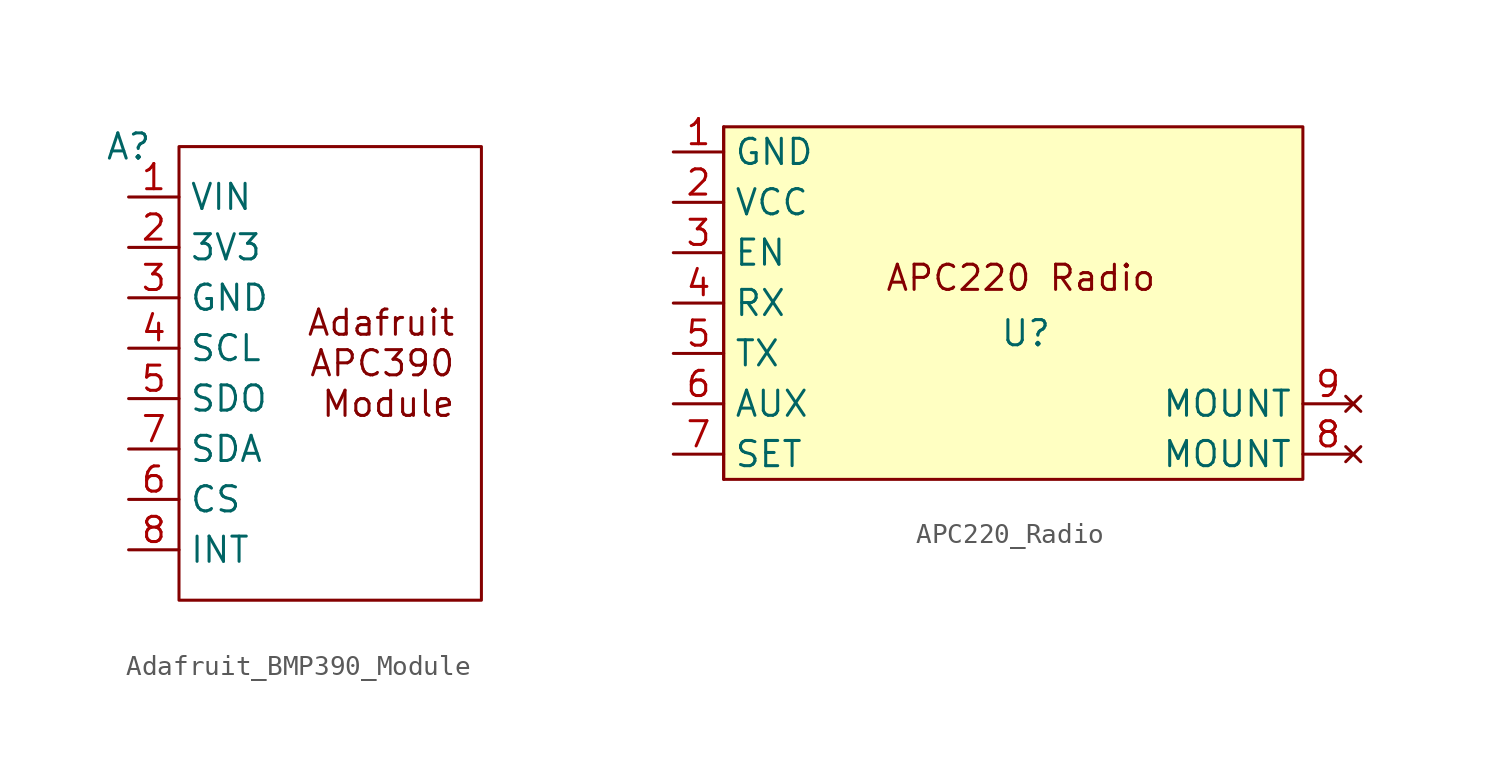
<source format=kicad_sym>
(kicad_symbol_lib
  (version 20231120)
  (generator "kicad_symbol_editor")
  (generator_version "8.0")
  (symbol "Adafruit_BMP390_Module"
    (property "Reference" "A"
      (at 0 0 0)
      (effects (font (size 1.27 1.27))))
    (property "Value" ""
      (at 0 0 0)
      (effects (font (size 1.27 1.27))))
    (symbol "Adafruit_BMP390_Module_0_1"
      (rectangle (start 2.54 0) (end 17.78 -22.86) (stroke (width 0) (type default)) (fill (type none))))
    (symbol "Adafruit_BMP390_Module_1_1"
      (text "Adafruit\nAPC390\nModule" (at 16.51 -10.922 0) (effects (font (size 1.27 1.27)) (justify right)))
      (pin power_in line (at 0 -2.54 0) (length 2.54) (name "VIN" (effects (font (size 1.27 1.27)))) (number "1" (effects (font (size 1.27 1.27)))))
      (pin power_in line (at 0 -5.08 0) (length 2.54) (name "3V3" (effects (font (size 1.27 1.27)))) (number "2" (effects (font (size 1.27 1.27)))))
      (pin power_in line (at 0 -7.62 0) (length 2.54) (name "GND" (effects (font (size 1.27 1.27)))) (number "3" (effects (font (size 1.27 1.27)))))
      (pin input line (at 0 -10.16 0) (length 2.54) (name "SCL" (effects (font (size 1.27 1.27)))) (number "4" (effects (font (size 1.27 1.27)))))
      (pin output line (at 0 -12.7 0) (length 2.54) (name "SDO" (effects (font (size 1.27 1.27)))) (number "5" (effects (font (size 1.27 1.27)))))
      (pin input line (at 0 -17.78 0) (length 2.54) (name "CS" (effects (font (size 1.27 1.27)))) (number "6" (effects (font (size 1.27 1.27)))))
      (pin bidirectional line (at 0 -15.24 0) (length 2.54) (name "SDA" (effects (font (size 1.27 1.27)))) (number "7" (effects (font (size 1.27 1.27)))))
      (pin output line (at 0 -20.32 0) (length 2.54) (name "INT" (effects (font (size 1.27 1.27)))) (number "8" (effects (font (size 1.27 1.27)))))))
  (symbol "APC220_Radio"
    (property "Reference" "U"
      (at 15.24 -1.524 0)
      (effects (font (size 1.27 1.27))))
    (property "Value" ""
      (at 1.27 -5.08 0)
      (effects (font (size 1.27 1.27))))
    (symbol "APC220_Radio_0_1"
      (rectangle (start 0 8.89) (end 0 -8.89) (stroke (width 0) (type default)) (fill (type none)))
      (rectangle (start 0 8.89) (end 29.21 -8.89) (stroke (width 0) (type default)) (fill (type background))))
    (symbol "APC220_Radio_1_1"
      (text "APC220 Radio" (at 14.986 1.27 0) (effects (font (size 1.27 1.27))))
      (pin power_in line (at -2.54 7.62 0) (length 2.54) (name "GND" (effects (font (size 1.27 1.27)))) (number "1" (effects (font (size 1.27 1.27)))))
      (pin power_in line (at -2.54 5.08 0) (length 2.54) (name "VCC" (effects (font (size 1.27 1.27)))) (number "2" (effects (font (size 1.27 1.27)))))
      (pin input line (at -2.54 2.54 0) (length 2.54) (name "EN" (effects (font (size 1.27 1.27)))) (number "3" (effects (font (size 1.27 1.27)))))
      (pin output line (at -2.54 0 0) (length 2.54) (name "RX" (effects (font (size 1.27 1.27)))) (number "4" (effects (font (size 1.27 1.27)))))
      (pin input line (at -2.54 -2.54 0) (length 2.54) (name "TX" (effects (font (size 1.27 1.27)))) (number "5" (effects (font (size 1.27 1.27)))))
      (pin input line (at -2.54 -5.08 0) (length 2.54) (name "AUX" (effects (font (size 1.27 1.27)))) (number "6" (effects (font (size 1.27 1.27)))))
      (pin input line (at -2.54 -7.62 0) (length 2.54) (name "SET" (effects (font (size 1.27 1.27)))) (number "7" (effects (font (size 1.27 1.27)))))
      (pin no_connect line (at 31.75 -7.62 180) (length 2.54) (name "MOUNT" (effects (font (size 1.27 1.27)))) (number "8" (effects (font (size 1.27 1.27)))))
      (pin no_connect line (at 31.75 -5.08 180) (length 2.54) (name "MOUNT" (effects (font (size 1.27 1.27)))) (number "9" (effects (font (size 1.27 1.27))))))))
</source>
